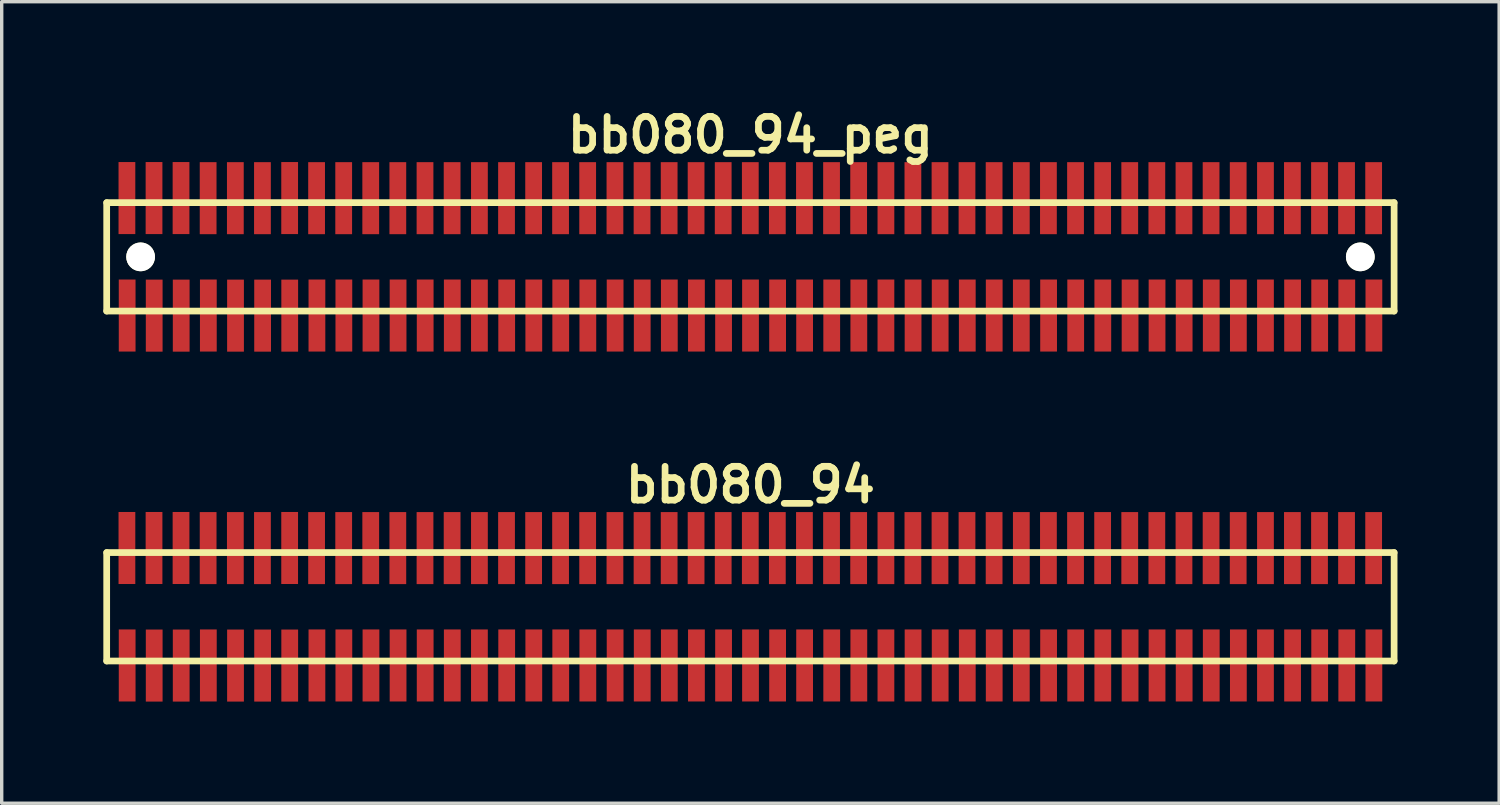
<source format=kicad_pcb>
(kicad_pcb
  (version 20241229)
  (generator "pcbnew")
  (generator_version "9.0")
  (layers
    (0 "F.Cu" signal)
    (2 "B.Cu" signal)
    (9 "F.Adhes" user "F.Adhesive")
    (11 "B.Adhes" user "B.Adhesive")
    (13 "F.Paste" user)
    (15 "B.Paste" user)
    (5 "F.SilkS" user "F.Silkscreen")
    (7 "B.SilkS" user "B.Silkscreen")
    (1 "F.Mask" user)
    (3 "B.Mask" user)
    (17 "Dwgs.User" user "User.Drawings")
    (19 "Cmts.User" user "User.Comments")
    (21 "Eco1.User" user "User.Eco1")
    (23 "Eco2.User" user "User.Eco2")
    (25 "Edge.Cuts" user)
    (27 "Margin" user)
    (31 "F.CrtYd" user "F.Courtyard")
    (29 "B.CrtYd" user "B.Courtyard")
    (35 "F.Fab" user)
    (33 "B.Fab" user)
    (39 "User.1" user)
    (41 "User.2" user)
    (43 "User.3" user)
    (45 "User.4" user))
  (footprint "bb080_94"
    (layer "F.Cu")
    (at 19.098 14.859)
    (property "Reference" "bb080_94" (at 0 -3.599 0) (layer "F.SilkS") (effects (font (size 0.998 0.998) (thickness 0.198))))
    (attr through_hole)
    (fp_line (start -18.999 -1.6) (end -18.999 1.6) (stroke (width 0.198) (type solid)) (layer "F.SilkS"))
    (fp_line (start -18.999 1.6) (end 18.999 1.6) (stroke (width 0.198) (type solid)) (layer "F.SilkS"))
    (fp_line (start 18.999 -1.6) (end -18.999 -1.6) (stroke (width 0.198) (type solid)) (layer "F.SilkS"))
    (fp_line (start 18.999 1.6) (end 18.999 -1.6) (stroke (width 0.198) (type solid)) (layer "F.SilkS"))
    (pad "1" smd rect (at -18.395 1.732) (size 0.495 2.126) (layers "F.Cu" "F.Mask" "F.Paste"))
    (pad "2" smd rect (at -18.402 -1.735) (size 0.495 2.126) (layers "F.Cu" "F.Mask" "F.Paste"))
    (pad "3" smd rect (at -17.597 1.735) (size 0.495 2.126) (layers "F.Cu" "F.Mask" "F.Paste"))
    (pad "4" smd rect (at -17.602 -1.735) (size 0.495 2.126) (layers "F.Cu" "F.Mask" "F.Paste"))
    (pad "5" smd rect (at -16.8 1.735) (size 0.495 2.126) (layers "F.Cu" "F.Mask" "F.Paste"))
    (pad "6" smd rect (at -16.805 -1.735) (size 0.495 2.126) (layers "F.Cu" "F.Mask" "F.Paste"))
    (pad "7" smd rect (at -15.999 1.732) (size 0.495 2.126) (layers "F.Cu" "F.Mask" "F.Paste"))
    (pad "8" smd rect (at -16.005 -1.732) (size 0.495 2.126) (layers "F.Cu" "F.Mask" "F.Paste"))
    (pad "9" smd rect (at -15.197 1.735) (size 0.495 2.126) (layers "F.Cu" "F.Mask" "F.Paste"))
    (pad "10" smd rect (at -15.202 -1.732) (size 0.495 2.126) (layers "F.Cu" "F.Mask" "F.Paste"))
    (pad "11" smd rect (at -14.397 1.735) (size 0.495 2.126) (layers "F.Cu" "F.Mask" "F.Paste"))
    (pad "12" smd rect (at -14.402 -1.732) (size 0.495 2.126) (layers "F.Cu" "F.Mask" "F.Paste"))
    (pad "13" smd rect (at -13.597 1.735) (size 0.495 2.126) (layers "F.Cu" "F.Mask" "F.Paste"))
    (pad "14" smd rect (at -13.599 -1.735) (size 0.495 2.126) (layers "F.Cu" "F.Mask" "F.Paste"))
    (pad "15" smd rect (at -12.794 1.732) (size 0.495 2.126) (layers "F.Cu" "F.Mask" "F.Paste"))
    (pad "16" smd rect (at -12.804 -1.732) (size 0.495 2.126) (layers "F.Cu" "F.Mask" "F.Paste"))
    (pad "17" smd rect (at -11.999 1.732) (size 0.495 2.126) (layers "F.Cu" "F.Mask" "F.Paste"))
    (pad "18" smd rect (at -12.004 -1.732) (size 0.495 2.126) (layers "F.Cu" "F.Mask" "F.Paste"))
    (pad "19" smd rect (at -11.199 1.732) (size 0.495 2.126) (layers "F.Cu" "F.Mask" "F.Paste"))
    (pad "20" smd rect (at -11.206 -1.732) (size 0.495 2.126) (layers "F.Cu" "F.Mask" "F.Paste"))
    (pad "21" smd rect (at -10.399 1.732) (size 0.495 2.126) (layers "F.Cu" "F.Mask" "F.Paste"))
    (pad "22" smd rect (at -10.406 -1.732) (size 0.495 2.126) (layers "F.Cu" "F.Mask" "F.Paste"))
    (pad "23" smd rect (at -9.599 1.732) (size 0.495 2.126) (layers "F.Cu" "F.Mask" "F.Paste"))
    (pad "24" smd rect (at -9.604 -1.732) (size 0.495 2.126) (layers "F.Cu" "F.Mask" "F.Paste"))
    (pad "25" smd rect (at -8.799 1.732) (size 0.495 2.126) (layers "F.Cu" "F.Mask" "F.Paste"))
    (pad "26" smd rect (at -8.804 -1.732) (size 0.495 2.126) (layers "F.Cu" "F.Mask" "F.Paste"))
    (pad "27" smd rect (at -7.998 1.732) (size 0.495 2.126) (layers "F.Cu" "F.Mask" "F.Paste"))
    (pad "28" smd rect (at -7.998 -1.732) (size 0.495 2.126) (layers "F.Cu" "F.Mask" "F.Paste"))
    (pad "29" smd rect (at -7.193 1.732) (size 0.495 2.126) (layers "F.Cu" "F.Mask" "F.Paste"))
    (pad "30" smd rect (at -7.198 -1.732) (size 0.495 2.126) (layers "F.Cu" "F.Mask" "F.Paste"))
    (pad "31" smd rect (at -6.393 1.732) (size 0.495 2.126) (layers "F.Cu" "F.Mask" "F.Paste"))
    (pad "32" smd rect (at -6.398 -1.732) (size 0.495 2.126) (layers "F.Cu" "F.Mask" "F.Paste"))
    (pad "33" smd rect (at -5.598 1.732) (size 0.495 2.126) (layers "F.Cu" "F.Mask" "F.Paste"))
    (pad "34" smd rect (at -5.603 -1.732) (size 0.495 2.126) (layers "F.Cu" "F.Mask" "F.Paste"))
    (pad "35" smd rect (at -4.798 1.732) (size 0.495 2.126) (layers "F.Cu" "F.Mask" "F.Paste"))
    (pad "36" smd rect (at -4.803 -1.732) (size 0.495 2.126) (layers "F.Cu" "F.Mask" "F.Paste"))
    (pad "37" smd rect (at -3.993 1.732) (size 0.495 2.126) (layers "F.Cu" "F.Mask" "F.Paste"))
    (pad "38" smd rect (at -3.998 -1.732) (size 0.495 2.126) (layers "F.Cu" "F.Mask" "F.Paste"))
    (pad "39" smd rect (at -3.193 1.732) (size 0.495 2.126) (layers "F.Cu" "F.Mask" "F.Paste"))
    (pad "40" smd rect (at -3.198 -1.732) (size 0.495 2.126) (layers "F.Cu" "F.Mask" "F.Paste"))
    (pad "41" smd rect (at -2.393 1.732) (size 0.495 2.126) (layers "F.Cu" "F.Mask" "F.Paste"))
    (pad "42" smd rect (at -2.398 -1.732) (size 0.495 2.126) (layers "F.Cu" "F.Mask" "F.Paste"))
    (pad "43" smd rect (at -1.593 1.732) (size 0.495 2.126) (layers "F.Cu" "F.Mask" "F.Paste"))
    (pad "44" smd rect (at -1.603 -1.732) (size 0.495 2.126) (layers "F.Cu" "F.Mask" "F.Paste"))
    (pad "45" smd rect (at -0.792 1.732) (size 0.495 2.126) (layers "F.Cu" "F.Mask" "F.Paste"))
    (pad "46" smd rect (at -0.803 -1.732) (size 0.495 2.126) (layers "F.Cu" "F.Mask" "F.Paste"))
    (pad "47" smd rect (at 0.003 1.732) (size 0.495 2.126) (layers "F.Cu" "F.Mask" "F.Paste"))
    (pad "48" smd rect (at -0.003 -1.732) (size 0.495 2.126) (layers "F.Cu" "F.Mask" "F.Paste"))
    (pad "49" smd rect (at 0.803 1.732) (size 0.495 2.126) (layers "F.Cu" "F.Mask" "F.Paste"))
    (pad "50" smd rect (at 0.795 -1.732) (size 0.495 2.126) (layers "F.Cu" "F.Mask" "F.Paste"))
    (pad "51" smd rect (at 1.6 1.732) (size 0.495 2.126) (layers "F.Cu" "F.Mask" "F.Paste"))
    (pad "52" smd rect (at 1.595 -1.732) (size 0.495 2.126) (layers "F.Cu" "F.Mask" "F.Paste"))
    (pad "53" smd rect (at 2.4 1.732) (size 0.495 2.126) (layers "F.Cu" "F.Mask" "F.Paste"))
    (pad "54" smd rect (at 2.395 -1.732) (size 0.495 2.126) (layers "F.Cu" "F.Mask" "F.Paste"))
    (pad "55" smd rect (at 3.2 1.732) (size 0.495 2.126) (layers "F.Cu" "F.Mask" "F.Paste"))
    (pad "56" smd rect (at 3.195 -1.732) (size 0.495 2.126) (layers "F.Cu" "F.Mask" "F.Paste"))
    (pad "57" smd rect (at 4 1.732) (size 0.495 2.126) (layers "F.Cu" "F.Mask" "F.Paste"))
    (pad "58" smd rect (at 4 -1.732) (size 0.495 2.126) (layers "F.Cu" "F.Mask" "F.Paste"))
    (pad "59" smd rect (at 4.801 1.732) (size 0.495 2.126) (layers "F.Cu" "F.Mask" "F.Paste"))
    (pad "60" smd rect (at 4.796 -1.732) (size 0.495 2.126) (layers "F.Cu" "F.Mask" "F.Paste"))
    (pad "61" smd rect (at 5.601 1.732) (size 0.495 2.126) (layers "F.Cu" "F.Mask" "F.Paste"))
    (pad "62" smd rect (at 5.596 -1.732) (size 0.495 2.126) (layers "F.Cu" "F.Mask" "F.Paste"))
    (pad "63" smd rect (at 6.401 1.732) (size 0.495 2.126) (layers "F.Cu" "F.Mask" "F.Paste"))
    (pad "64" smd rect (at 6.393 -1.732) (size 0.495 2.126) (layers "F.Cu" "F.Mask" "F.Paste"))
    (pad "65" smd rect (at 7.196 1.732) (size 0.495 2.126) (layers "F.Cu" "F.Mask" "F.Paste"))
    (pad "66" smd rect (at 7.193 -1.732) (size 0.495 2.126) (layers "F.Cu" "F.Mask" "F.Paste"))
    (pad "67" smd rect (at 7.996 1.732) (size 0.495 2.126) (layers "F.Cu" "F.Mask" "F.Paste"))
    (pad "68" smd rect (at 7.996 -1.732) (size 0.495 2.126) (layers "F.Cu" "F.Mask" "F.Paste"))
    (pad "69" smd rect (at 8.801 1.732) (size 0.495 2.126) (layers "F.Cu" "F.Mask" "F.Paste"))
    (pad "70" smd rect (at 8.796 -1.732) (size 0.495 2.126) (layers "F.Cu" "F.Mask" "F.Paste"))
    (pad "71" smd rect (at 9.601 1.732) (size 0.495 2.126) (layers "F.Cu" "F.Mask" "F.Paste"))
    (pad "72" smd rect (at 9.596 -1.732) (size 0.495 2.126) (layers "F.Cu" "F.Mask" "F.Paste"))
    (pad "73" smd rect (at 10.401 1.732) (size 0.495 2.126) (layers "F.Cu" "F.Mask" "F.Paste"))
    (pad "74" smd rect (at 10.396 -1.732) (size 0.495 2.126) (layers "F.Cu" "F.Mask" "F.Paste"))
    (pad "75" smd rect (at 11.206 1.732) (size 0.495 2.126) (layers "F.Cu" "F.Mask" "F.Paste"))
    (pad "76" smd rect (at 11.196 -1.732) (size 0.495 2.126) (layers "F.Cu" "F.Mask" "F.Paste"))
    (pad "77" smd rect (at 12.002 1.732) (size 0.495 2.126) (layers "F.Cu" "F.Mask" "F.Paste"))
    (pad "78" smd rect (at 11.996 -1.732) (size 0.495 2.126) (layers "F.Cu" "F.Mask" "F.Paste"))
    (pad "79" smd rect (at 12.802 1.732) (size 0.495 2.126) (layers "F.Cu" "F.Mask" "F.Paste"))
    (pad "80" smd rect (at 12.797 -1.732) (size 0.495 2.126) (layers "F.Cu" "F.Mask" "F.Paste"))
    (pad "81" smd rect (at 13.602 1.732) (size 0.495 2.126) (layers "F.Cu" "F.Mask" "F.Paste"))
    (pad "82" smd rect (at 13.597 -1.732) (size 0.495 2.126) (layers "F.Cu" "F.Mask" "F.Paste"))
    (pad "83" smd rect (at 14.402 1.732) (size 0.495 2.126) (layers "F.Cu" "F.Mask" "F.Paste"))
    (pad "84" smd rect (at 14.397 -1.732) (size 0.495 2.126) (layers "F.Cu" "F.Mask" "F.Paste"))
    (pad "85" smd rect (at 15.202 1.732) (size 0.495 2.126) (layers "F.Cu" "F.Mask" "F.Paste"))
    (pad "86" smd rect (at 15.202 -1.732) (size 0.495 2.126) (layers "F.Cu" "F.Mask" "F.Paste"))
    (pad "87" smd rect (at 16.002 1.732) (size 0.495 2.126) (layers "F.Cu" "F.Mask" "F.Paste"))
    (pad "88" smd rect (at 15.997 -1.732) (size 0.495 2.126) (layers "F.Cu" "F.Mask" "F.Paste"))
    (pad "89" smd rect (at 16.802 1.732) (size 0.495 2.126) (layers "F.Cu" "F.Mask" "F.Paste"))
    (pad "90" smd rect (at 16.797 -1.732) (size 0.495 2.126) (layers "F.Cu" "F.Mask" "F.Paste"))
    (pad "91" smd rect (at 17.602 1.732) (size 0.495 2.126) (layers "F.Cu" "F.Mask" "F.Paste"))
    (pad "92" smd rect (at 17.595 -1.732) (size 0.495 2.126) (layers "F.Cu" "F.Mask" "F.Paste"))
    (pad "93" smd rect (at 18.402 1.732) (size 0.495 2.126) (layers "F.Cu" "F.Mask" "F.Paste"))
    (pad "94" smd rect (at 18.395 -1.732) (size 0.495 2.126) (layers "F.Cu" "F.Mask" "F.Paste")))
  (footprint "bb080_94_peg"
    (layer "F.Cu")
    (at 19.098 4.531)
    (property "Reference" "bb080_94_peg" (at 0 -3.599 0) (layer "F.SilkS") (effects (font (size 0.998 0.998) (thickness 0.198))))
    (attr through_hole)
    (fp_line (start -18.999 -1.6) (end -18.999 1.6) (stroke (width 0.198) (type solid)) (layer "F.SilkS"))
    (fp_line (start -18.999 1.6) (end 18.999 1.6) (stroke (width 0.198) (type solid)) (layer "F.SilkS"))
    (fp_line (start 18.999 -1.6) (end -18.999 -1.6) (stroke (width 0.198) (type solid)) (layer "F.SilkS"))
    (fp_line (start 18.999 1.6) (end 18.999 -1.6) (stroke (width 0.198) (type solid)) (layer "F.SilkS"))
    (pad "" np_thru_hole circle (at -17.998 0) (size 0.848 0.848) (drill 0.848) (layers "*.Cu" "*.Mask" "F.SilkS"))
    (pad "" np_thru_hole circle (at 18.001 0) (size 0.848 0.848) (drill 0.848) (layers "*.Cu" "*.Mask" "F.SilkS"))
    (pad "1" smd rect (at -18.395 1.732) (size 0.495 2.126) (layers "F.Cu" "F.Mask" "F.Paste"))
    (pad "2" smd rect (at -18.402 -1.735) (size 0.495 2.126) (layers "F.Cu" "F.Mask" "F.Paste"))
    (pad "3" smd rect (at -17.597 1.735) (size 0.495 2.126) (layers "F.Cu" "F.Mask" "F.Paste"))
    (pad "4" smd rect (at -17.602 -1.735) (size 0.495 2.126) (layers "F.Cu" "F.Mask" "F.Paste"))
    (pad "5" smd rect (at -16.8 1.735) (size 0.495 2.126) (layers "F.Cu" "F.Mask" "F.Paste"))
    (pad "6" smd rect (at -16.805 -1.735) (size 0.495 2.126) (layers "F.Cu" "F.Mask" "F.Paste"))
    (pad "7" smd rect (at -15.999 1.732) (size 0.495 2.126) (layers "F.Cu" "F.Mask" "F.Paste"))
    (pad "8" smd rect (at -16.005 -1.732) (size 0.495 2.126) (layers "F.Cu" "F.Mask" "F.Paste"))
    (pad "9" smd rect (at -15.197 1.735) (size 0.495 2.126) (layers "F.Cu" "F.Mask" "F.Paste"))
    (pad "10" smd rect (at -15.202 -1.732) (size 0.495 2.126) (layers "F.Cu" "F.Mask" "F.Paste"))
    (pad "11" smd rect (at -14.397 1.735) (size 0.495 2.126) (layers "F.Cu" "F.Mask" "F.Paste"))
    (pad "12" smd rect (at -14.402 -1.732) (size 0.495 2.126) (layers "F.Cu" "F.Mask" "F.Paste"))
    (pad "13" smd rect (at -13.597 1.735) (size 0.495 2.126) (layers "F.Cu" "F.Mask" "F.Paste"))
    (pad "14" smd rect (at -13.599 -1.735) (size 0.495 2.126) (layers "F.Cu" "F.Mask" "F.Paste"))
    (pad "15" smd rect (at -12.794 1.732) (size 0.495 2.126) (layers "F.Cu" "F.Mask" "F.Paste"))
    (pad "16" smd rect (at -12.804 -1.732) (size 0.495 2.126) (layers "F.Cu" "F.Mask" "F.Paste"))
    (pad "17" smd rect (at -11.999 1.732) (size 0.495 2.126) (layers "F.Cu" "F.Mask" "F.Paste"))
    (pad "18" smd rect (at -12.004 -1.732) (size 0.495 2.126) (layers "F.Cu" "F.Mask" "F.Paste"))
    (pad "19" smd rect (at -11.199 1.732) (size 0.495 2.126) (layers "F.Cu" "F.Mask" "F.Paste"))
    (pad "20" smd rect (at -11.206 -1.732) (size 0.495 2.126) (layers "F.Cu" "F.Mask" "F.Paste"))
    (pad "21" smd rect (at -10.399 1.732) (size 0.495 2.126) (layers "F.Cu" "F.Mask" "F.Paste"))
    (pad "22" smd rect (at -10.406 -1.732) (size 0.495 2.126) (layers "F.Cu" "F.Mask" "F.Paste"))
    (pad "23" smd rect (at -9.599 1.732) (size 0.495 2.126) (layers "F.Cu" "F.Mask" "F.Paste"))
    (pad "24" smd rect (at -9.604 -1.732) (size 0.495 2.126) (layers "F.Cu" "F.Mask" "F.Paste"))
    (pad "25" smd rect (at -8.799 1.732) (size 0.495 2.126) (layers "F.Cu" "F.Mask" "F.Paste"))
    (pad "26" smd rect (at -8.804 -1.732) (size 0.495 2.126) (layers "F.Cu" "F.Mask" "F.Paste"))
    (pad "27" smd rect (at -7.998 1.732) (size 0.495 2.126) (layers "F.Cu" "F.Mask" "F.Paste"))
    (pad "28" smd rect (at -7.998 -1.732) (size 0.495 2.126) (layers "F.Cu" "F.Mask" "F.Paste"))
    (pad "29" smd rect (at -7.193 1.732) (size 0.495 2.126) (layers "F.Cu" "F.Mask" "F.Paste"))
    (pad "30" smd rect (at -7.198 -1.732) (size 0.495 2.126) (layers "F.Cu" "F.Mask" "F.Paste"))
    (pad "31" smd rect (at -6.393 1.732) (size 0.495 2.126) (layers "F.Cu" "F.Mask" "F.Paste"))
    (pad "32" smd rect (at -6.398 -1.732) (size 0.495 2.126) (layers "F.Cu" "F.Mask" "F.Paste"))
    (pad "33" smd rect (at -5.598 1.732) (size 0.495 2.126) (layers "F.Cu" "F.Mask" "F.Paste"))
    (pad "34" smd rect (at -5.603 -1.732) (size 0.495 2.126) (layers "F.Cu" "F.Mask" "F.Paste"))
    (pad "35" smd rect (at -4.798 1.732) (size 0.495 2.126) (layers "F.Cu" "F.Mask" "F.Paste"))
    (pad "36" smd rect (at -4.803 -1.732) (size 0.495 2.126) (layers "F.Cu" "F.Mask" "F.Paste"))
    (pad "37" smd rect (at -3.993 1.732) (size 0.495 2.126) (layers "F.Cu" "F.Mask" "F.Paste"))
    (pad "38" smd rect (at -3.998 -1.732) (size 0.495 2.126) (layers "F.Cu" "F.Mask" "F.Paste"))
    (pad "39" smd rect (at -3.193 1.732) (size 0.495 2.126) (layers "F.Cu" "F.Mask" "F.Paste"))
    (pad "40" smd rect (at -3.198 -1.732) (size 0.495 2.126) (layers "F.Cu" "F.Mask" "F.Paste"))
    (pad "41" smd rect (at -2.393 1.732) (size 0.495 2.126) (layers "F.Cu" "F.Mask" "F.Paste"))
    (pad "42" smd rect (at -2.398 -1.732) (size 0.495 2.126) (layers "F.Cu" "F.Mask" "F.Paste"))
    (pad "43" smd rect (at -1.593 1.732) (size 0.495 2.126) (layers "F.Cu" "F.Mask" "F.Paste"))
    (pad "44" smd rect (at -1.603 -1.732) (size 0.495 2.126) (layers "F.Cu" "F.Mask" "F.Paste"))
    (pad "45" smd rect (at -0.792 1.732) (size 0.495 2.126) (layers "F.Cu" "F.Mask" "F.Paste"))
    (pad "46" smd rect (at -0.803 -1.732) (size 0.495 2.126) (layers "F.Cu" "F.Mask" "F.Paste"))
    (pad "47" smd rect (at 0.003 1.732) (size 0.495 2.126) (layers "F.Cu" "F.Mask" "F.Paste"))
    (pad "48" smd rect (at -0.003 -1.732) (size 0.495 2.126) (layers "F.Cu" "F.Mask" "F.Paste"))
    (pad "49" smd rect (at 0.803 1.732) (size 0.495 2.126) (layers "F.Cu" "F.Mask" "F.Paste"))
    (pad "50" smd rect (at 0.795 -1.732) (size 0.495 2.126) (layers "F.Cu" "F.Mask" "F.Paste"))
    (pad "51" smd rect (at 1.6 1.732) (size 0.495 2.126) (layers "F.Cu" "F.Mask" "F.Paste"))
    (pad "52" smd rect (at 1.595 -1.732) (size 0.495 2.126) (layers "F.Cu" "F.Mask" "F.Paste"))
    (pad "53" smd rect (at 2.4 1.732) (size 0.495 2.126) (layers "F.Cu" "F.Mask" "F.Paste"))
    (pad "54" smd rect (at 2.395 -1.732) (size 0.495 2.126) (layers "F.Cu" "F.Mask" "F.Paste"))
    (pad "55" smd rect (at 3.2 1.732) (size 0.495 2.126) (layers "F.Cu" "F.Mask" "F.Paste"))
    (pad "56" smd rect (at 3.195 -1.732) (size 0.495 2.126) (layers "F.Cu" "F.Mask" "F.Paste"))
    (pad "57" smd rect (at 4 1.732) (size 0.495 2.126) (layers "F.Cu" "F.Mask" "F.Paste"))
    (pad "58" smd rect (at 4 -1.732) (size 0.495 2.126) (layers "F.Cu" "F.Mask" "F.Paste"))
    (pad "59" smd rect (at 4.801 1.732) (size 0.495 2.126) (layers "F.Cu" "F.Mask" "F.Paste"))
    (pad "60" smd rect (at 4.796 -1.732) (size 0.495 2.126) (layers "F.Cu" "F.Mask" "F.Paste"))
    (pad "61" smd rect (at 5.601 1.732) (size 0.495 2.126) (layers "F.Cu" "F.Mask" "F.Paste"))
    (pad "62" smd rect (at 5.596 -1.732) (size 0.495 2.126) (layers "F.Cu" "F.Mask" "F.Paste"))
    (pad "63" smd rect (at 6.401 1.732) (size 0.495 2.126) (layers "F.Cu" "F.Mask" "F.Paste"))
    (pad "64" smd rect (at 6.393 -1.732) (size 0.495 2.126) (layers "F.Cu" "F.Mask" "F.Paste"))
    (pad "65" smd rect (at 7.196 1.732) (size 0.495 2.126) (layers "F.Cu" "F.Mask" "F.Paste"))
    (pad "66" smd rect (at 7.193 -1.732) (size 0.495 2.126) (layers "F.Cu" "F.Mask" "F.Paste"))
    (pad "67" smd rect (at 7.996 1.732) (size 0.495 2.126) (layers "F.Cu" "F.Mask" "F.Paste"))
    (pad "68" smd rect (at 7.996 -1.732) (size 0.495 2.126) (layers "F.Cu" "F.Mask" "F.Paste"))
    (pad "69" smd rect (at 8.801 1.732) (size 0.495 2.126) (layers "F.Cu" "F.Mask" "F.Paste"))
    (pad "70" smd rect (at 8.796 -1.732) (size 0.495 2.126) (layers "F.Cu" "F.Mask" "F.Paste"))
    (pad "71" smd rect (at 9.601 1.732) (size 0.495 2.126) (layers "F.Cu" "F.Mask" "F.Paste"))
    (pad "72" smd rect (at 9.596 -1.732) (size 0.495 2.126) (layers "F.Cu" "F.Mask" "F.Paste"))
    (pad "73" smd rect (at 10.401 1.732) (size 0.495 2.126) (layers "F.Cu" "F.Mask" "F.Paste"))
    (pad "74" smd rect (at 10.396 -1.732) (size 0.495 2.126) (layers "F.Cu" "F.Mask" "F.Paste"))
    (pad "75" smd rect (at 11.206 1.732) (size 0.495 2.126) (layers "F.Cu" "F.Mask" "F.Paste"))
    (pad "76" smd rect (at 11.196 -1.732) (size 0.495 2.126) (layers "F.Cu" "F.Mask" "F.Paste"))
    (pad "77" smd rect (at 12.002 1.732) (size 0.495 2.126) (layers "F.Cu" "F.Mask" "F.Paste"))
    (pad "78" smd rect (at 11.996 -1.732) (size 0.495 2.126) (layers "F.Cu" "F.Mask" "F.Paste"))
    (pad "79" smd rect (at 12.802 1.732) (size 0.495 2.126) (layers "F.Cu" "F.Mask" "F.Paste"))
    (pad "80" smd rect (at 12.797 -1.732) (size 0.495 2.126) (layers "F.Cu" "F.Mask" "F.Paste"))
    (pad "81" smd rect (at 13.602 1.732) (size 0.495 2.126) (layers "F.Cu" "F.Mask" "F.Paste"))
    (pad "82" smd rect (at 13.597 -1.732) (size 0.495 2.126) (layers "F.Cu" "F.Mask" "F.Paste"))
    (pad "83" smd rect (at 14.402 1.732) (size 0.495 2.126) (layers "F.Cu" "F.Mask" "F.Paste"))
    (pad "84" smd rect (at 14.397 -1.732) (size 0.495 2.126) (layers "F.Cu" "F.Mask" "F.Paste"))
    (pad "85" smd rect (at 15.202 1.732) (size 0.495 2.126) (layers "F.Cu" "F.Mask" "F.Paste"))
    (pad "86" smd rect (at 15.202 -1.732) (size 0.495 2.126) (layers "F.Cu" "F.Mask" "F.Paste"))
    (pad "87" smd rect (at 16.002 1.732) (size 0.495 2.126) (layers "F.Cu" "F.Mask" "F.Paste"))
    (pad "88" smd rect (at 15.997 -1.732) (size 0.495 2.126) (layers "F.Cu" "F.Mask" "F.Paste"))
    (pad "89" smd rect (at 16.802 1.732) (size 0.495 2.126) (layers "F.Cu" "F.Mask" "F.Paste"))
    (pad "90" smd rect (at 16.797 -1.732) (size 0.495 2.126) (layers "F.Cu" "F.Mask" "F.Paste"))
    (pad "91" smd rect (at 17.602 1.732) (size 0.495 2.126) (layers "F.Cu" "F.Mask" "F.Paste"))
    (pad "92" smd rect (at 17.595 -1.732) (size 0.495 2.126) (layers "F.Cu" "F.Mask" "F.Paste"))
    (pad "93" smd rect (at 18.402 1.732) (size 0.495 2.126) (layers "F.Cu" "F.Mask" "F.Paste"))
    (pad "94" smd rect (at 18.395 -1.732) (size 0.495 2.126) (layers "F.Cu" "F.Mask" "F.Paste")))
  (gr_rect
    (start -3 -3)
    (end 41.197 20.657)
    (stroke (width 0.1) (type default))
    (fill no)
    (layer "Edge.Cuts")))
</source>
